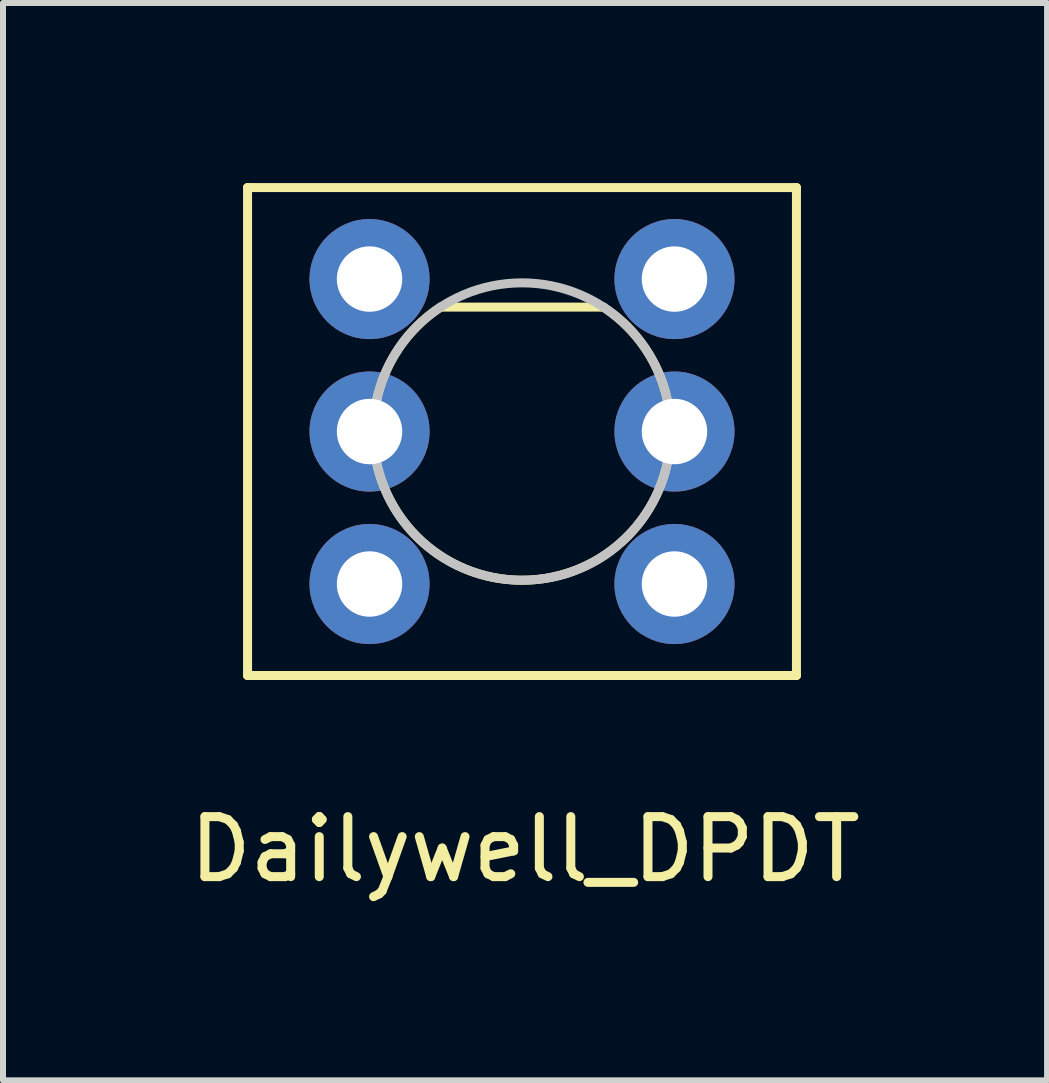
<source format=kicad_pcb>
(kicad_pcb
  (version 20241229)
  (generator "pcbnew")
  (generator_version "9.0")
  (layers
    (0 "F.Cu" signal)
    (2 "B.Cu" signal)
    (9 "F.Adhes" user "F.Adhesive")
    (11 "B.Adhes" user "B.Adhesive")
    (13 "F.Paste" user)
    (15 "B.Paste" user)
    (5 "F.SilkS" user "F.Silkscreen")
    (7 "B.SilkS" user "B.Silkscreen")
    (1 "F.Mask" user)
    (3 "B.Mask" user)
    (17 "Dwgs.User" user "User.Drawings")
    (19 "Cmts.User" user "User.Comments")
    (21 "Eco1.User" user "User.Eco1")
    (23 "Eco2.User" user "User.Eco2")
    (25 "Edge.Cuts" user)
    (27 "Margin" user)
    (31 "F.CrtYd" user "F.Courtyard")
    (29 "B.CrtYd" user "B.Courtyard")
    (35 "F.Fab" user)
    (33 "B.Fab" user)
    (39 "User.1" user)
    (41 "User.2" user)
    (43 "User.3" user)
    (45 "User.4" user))
  (footprint "Dailywell_DPDT"
    (layer "F.Cu")
    (at 5.646 4.139)
    (property "Reference" "Dailywell_DPDT" (at 0.051 6.96 0) (layer "F.SilkS") (effects (font (size 1 1) (thickness 0.15))))
    (attr through_hole)
    (fp_line (start -4.572 -4.064) (end -4.572 4.064) (stroke (width 0.15) (type solid)) (layer "F.SilkS"))
    (fp_line (start -4.572 4.064) (end 4.572 4.064) (stroke (width 0.15) (type solid)) (layer "F.SilkS"))
    (fp_line (start 1.356 -2.073) (end -1.356 -2.073) (stroke (width 0.15) (type solid)) (layer "F.SilkS"))
    (fp_line (start 4.572 -4.064) (end -4.572 -4.064) (stroke (width 0.15) (type solid)) (layer "F.SilkS"))
    (fp_line (start 4.572 4.064) (end 4.572 -4.064) (stroke (width 0.15) (type solid)) (layer "F.SilkS"))
    (fp_arc (start 1.35636 -2.07264) (mid -0.000491 2.477004) (end -1.355539 -2.073177) (stroke (width 0.15) (type solid)) (layer "F.SilkS"))
    (fp_circle (center 0 0) (end 0 2.477) (stroke (width 0.15) (type solid)) (fill no) (layer "Dwgs.User"))
    (pad "1" thru_hole circle (at 2.54 2.54) (size 2 2) (drill 1.09) (layers "*.Cu" "*.Mask"))
    (pad "2" thru_hole circle (at 2.54 0) (size 2 2) (drill 1.09) (layers "*.Cu" "*.Mask"))
    (pad "3" thru_hole circle (at 2.54 -2.54) (size 2 2) (drill 1.09) (layers "*.Cu" "*.Mask"))
    (pad "4" thru_hole circle (at -2.54 2.54) (size 2 2) (drill 1.09) (layers "*.Cu" "*.Mask"))
    (pad "5" thru_hole circle (at -2.54 0) (size 2 2) (drill 1.09) (layers "*.Cu" "*.Mask"))
    (pad "6" thru_hole circle (at -2.54 -2.54) (size 2 2) (drill 1.09) (layers "*.Cu" "*.Mask")))
  (gr_rect
    (start -3 -3)
    (end 14.393 14.947)
    (stroke (width 0.1) (type default))
    (fill no)
    (layer "Edge.Cuts")))
</source>
